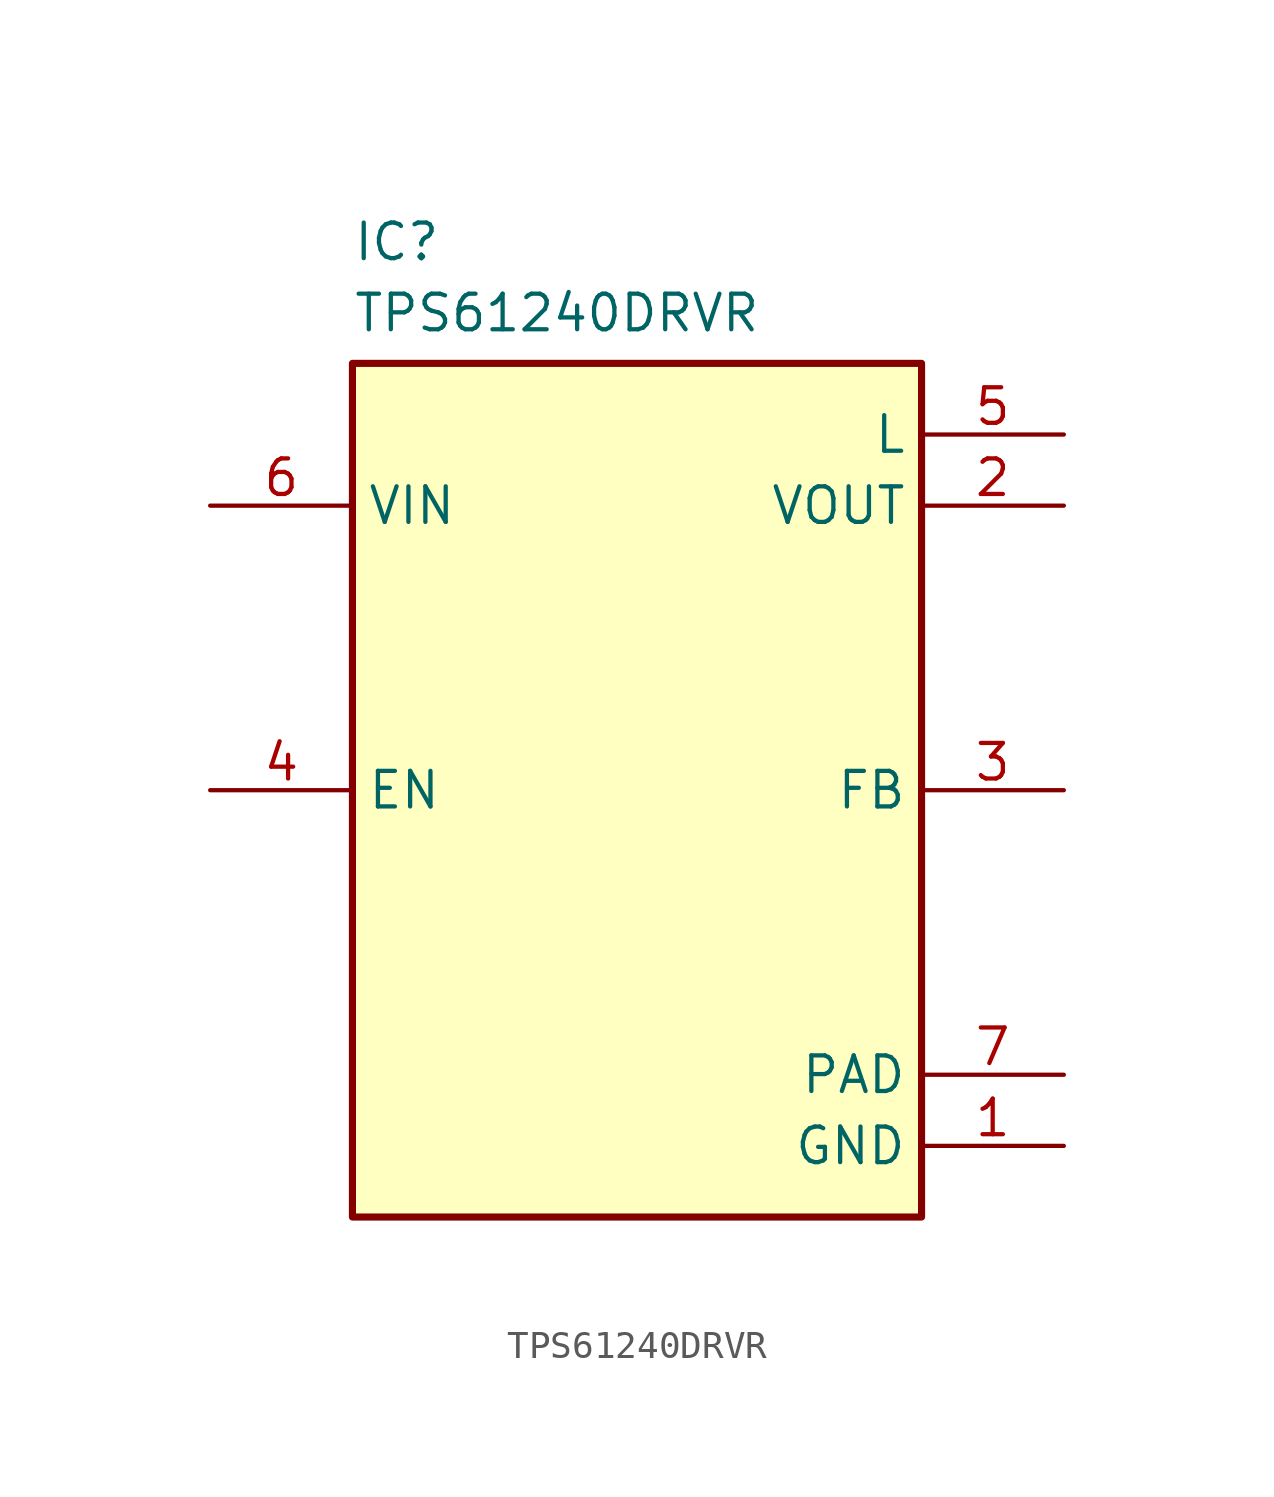
<source format=kicad_sym>
(kicad_symbol_lib
  (version 20241209)
  (generator "kicad_symbol_editor")
  (generator_version "9.0")
  (symbol "TPS61240DRVR"
    (property "Reference" "IC"
      (at 0 5.08 0)
      (effects (font (size 1.27 1.27)) (justify left top)))
    (property "Value" "TPS61240DRVR"
      (at 0 2.54 0)
      (effects (font (size 1.27 1.27)) (justify left top)))
    (symbol "TPS61240DRVR_1_1"
      (rectangle (start 0 0) (end 20.32 -30.48) (stroke (width 0.254) (type default)) (fill (type background)))
      (pin power_in line (at -5.08 -5.08 0) (length 5.08) (name "VIN" (effects (font (size 1.27 1.27)))) (number "6" (effects (font (size 1.27 1.27)))))
      (pin input line (at -5.08 -15.24 0) (length 5.08) (name "EN" (effects (font (size 1.27 1.27)))) (number "4" (effects (font (size 1.27 1.27)))))
      (pin power_in line (at 25.4 -2.54 180) (length 5.08) (name "L" (effects (font (size 1.27 1.27)))) (number "5" (effects (font (size 1.27 1.27)))))
      (pin power_out line (at 25.4 -5.08 180) (length 5.08) (name "VOUT" (effects (font (size 1.27 1.27)))) (number "2" (effects (font (size 1.27 1.27)))))
      (pin input line (at 25.4 -15.24 180) (length 5.08) (name "FB" (effects (font (size 1.27 1.27)))) (number "3" (effects (font (size 1.27 1.27)))))
      (pin passive line (at 25.4 -25.4 180) (length 5.08) (name "PAD" (effects (font (size 1.27 1.27)))) (number "7" (effects (font (size 1.27 1.27)))))
      (pin passive line (at 25.4 -27.94 180) (length 5.08) (name "GND" (effects (font (size 1.27 1.27)))) (number "1" (effects (font (size 1.27 1.27))))))))
</source>
